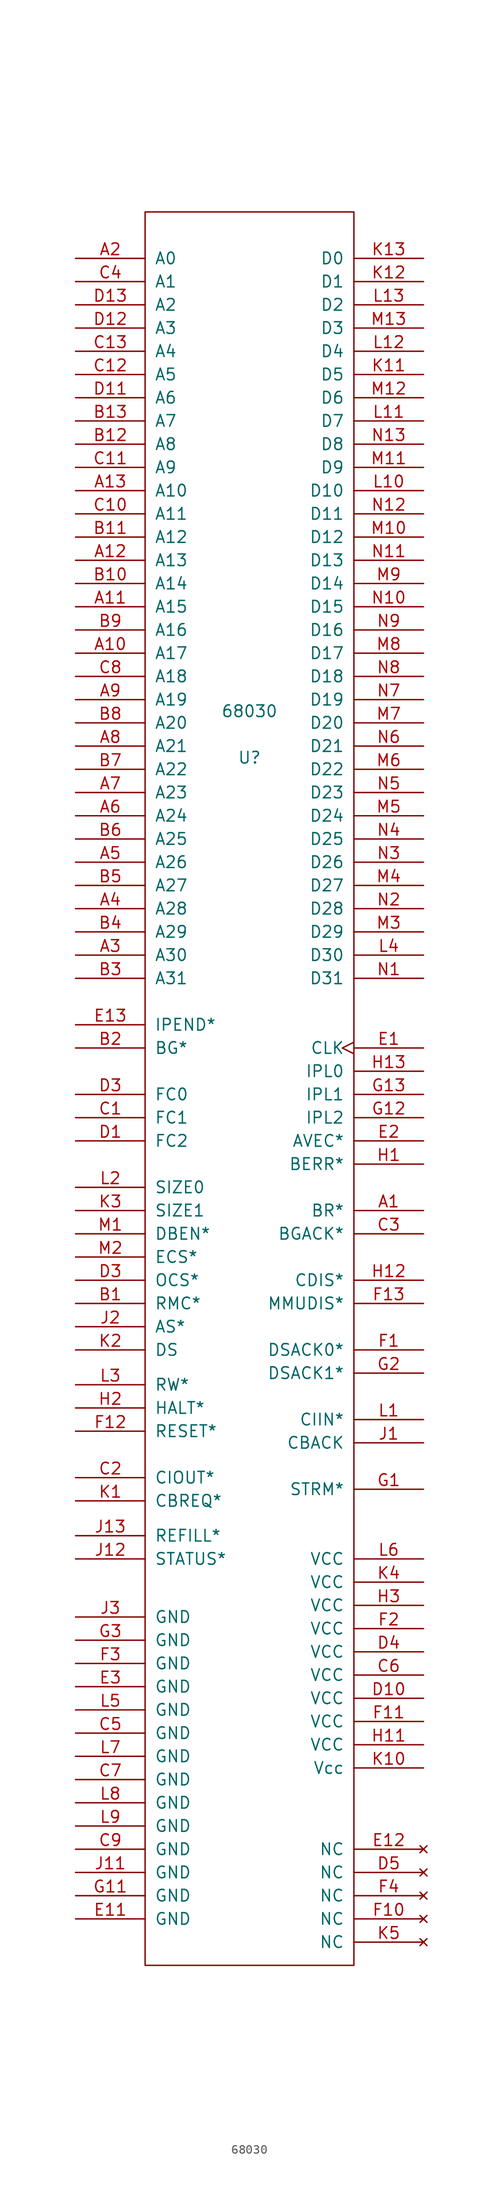
<source format=kicad_sym>
(kicad_symbol_lib
  (version 20211014)
  (generator kicad_symbol_editor)
  (symbol "68030"
    (pin_names
      (offset 1.016))
    (property "Reference" "U"
      (at 8.89 27.94 0)
      (effects (font (size 1.27 1.27))))
    (property "Value" "68030"
      (at 8.89 33.02 0)
      (effects (font (size 1.27 1.27))))
    (symbol "68030_1_0"
      (rectangle (start -2.54 -104.14) (end 20.32 87.63) (stroke (width 0) (type default) (color 0 0 0 0)) (fill (type none))))
    (symbol "68030_1_1"
      (pin input line (at 27.94 -21.59 180) (length 7.62) (name "BR*" (effects (font (size 1.27 1.27)))) (number "A1" (effects (font (size 1.27 1.27)))))
      (pin output line (at -10.16 39.37 0) (length 7.62) (name "A17" (effects (font (size 1.27 1.27)))) (number "A10" (effects (font (size 1.27 1.27)))))
      (pin output line (at -10.16 44.45 0) (length 7.62) (name "A15" (effects (font (size 1.27 1.27)))) (number "A11" (effects (font (size 1.27 1.27)))))
      (pin output line (at -10.16 49.53 0) (length 7.62) (name "A13" (effects (font (size 1.27 1.27)))) (number "A12" (effects (font (size 1.27 1.27)))))
      (pin output line (at -10.16 57.15 0) (length 7.62) (name "A10" (effects (font (size 1.27 1.27)))) (number "A13" (effects (font (size 1.27 1.27)))))
      (pin output line (at -10.16 82.55 0) (length 7.62) (name "A0" (effects (font (size 1.27 1.27)))) (number "A2" (effects (font (size 1.27 1.27)))))
      (pin output line (at -10.16 6.35 0) (length 7.62) (name "A30" (effects (font (size 1.27 1.27)))) (number "A3" (effects (font (size 1.27 1.27)))))
      (pin output line (at -10.16 11.43 0) (length 7.62) (name "A28" (effects (font (size 1.27 1.27)))) (number "A4" (effects (font (size 1.27 1.27)))))
      (pin output line (at -10.16 16.51 0) (length 7.62) (name "A26" (effects (font (size 1.27 1.27)))) (number "A5" (effects (font (size 1.27 1.27)))))
      (pin output line (at -10.16 21.59 0) (length 7.62) (name "A24" (effects (font (size 1.27 1.27)))) (number "A6" (effects (font (size 1.27 1.27)))))
      (pin output line (at -10.16 24.13 0) (length 7.62) (name "A23" (effects (font (size 1.27 1.27)))) (number "A7" (effects (font (size 1.27 1.27)))))
      (pin output line (at -10.16 29.21 0) (length 7.62) (name "A21" (effects (font (size 1.27 1.27)))) (number "A8" (effects (font (size 1.27 1.27)))))
      (pin output line (at -10.16 34.29 0) (length 7.62) (name "A19" (effects (font (size 1.27 1.27)))) (number "A9" (effects (font (size 1.27 1.27)))))
      (pin output line (at -10.16 -31.75 0) (length 7.62) (name "RMC*" (effects (font (size 1.27 1.27)))) (number "B1" (effects (font (size 1.27 1.27)))))
      (pin output line (at -10.16 46.99 0) (length 7.62) (name "A14" (effects (font (size 1.27 1.27)))) (number "B10" (effects (font (size 1.27 1.27)))))
      (pin output line (at -10.16 52.07 0) (length 7.62) (name "A12" (effects (font (size 1.27 1.27)))) (number "B11" (effects (font (size 1.27 1.27)))))
      (pin output line (at -10.16 62.23 0) (length 7.62) (name "A8" (effects (font (size 1.27 1.27)))) (number "B12" (effects (font (size 1.27 1.27)))))
      (pin output line (at -10.16 64.77 0) (length 7.62) (name "A7" (effects (font (size 1.27 1.27)))) (number "B13" (effects (font (size 1.27 1.27)))))
      (pin output line (at -10.16 -3.81 0) (length 7.62) (name "BG*" (effects (font (size 1.27 1.27)))) (number "B2" (effects (font (size 1.27 1.27)))))
      (pin output line (at -10.16 3.81 0) (length 7.62) (name "A31" (effects (font (size 1.27 1.27)))) (number "B3" (effects (font (size 1.27 1.27)))))
      (pin output line (at -10.16 8.89 0) (length 7.62) (name "A29" (effects (font (size 1.27 1.27)))) (number "B4" (effects (font (size 1.27 1.27)))))
      (pin output line (at -10.16 13.97 0) (length 7.62) (name "A27" (effects (font (size 1.27 1.27)))) (number "B5" (effects (font (size 1.27 1.27)))))
      (pin output line (at -10.16 19.05 0) (length 7.62) (name "A25" (effects (font (size 1.27 1.27)))) (number "B6" (effects (font (size 1.27 1.27)))))
      (pin output line (at -10.16 26.67 0) (length 7.62) (name "A22" (effects (font (size 1.27 1.27)))) (number "B7" (effects (font (size 1.27 1.27)))))
      (pin output line (at -10.16 31.75 0) (length 7.62) (name "A20" (effects (font (size 1.27 1.27)))) (number "B8" (effects (font (size 1.27 1.27)))))
      (pin output line (at -10.16 41.91 0) (length 7.62) (name "A16" (effects (font (size 1.27 1.27)))) (number "B9" (effects (font (size 1.27 1.27)))))
      (pin output line (at -10.16 -11.43 0) (length 7.62) (name "FC1" (effects (font (size 1.27 1.27)))) (number "C1" (effects (font (size 1.27 1.27)))))
      (pin output line (at -10.16 54.61 0) (length 7.62) (name "A11" (effects (font (size 1.27 1.27)))) (number "C10" (effects (font (size 1.27 1.27)))))
      (pin output line (at -10.16 59.69 0) (length 7.62) (name "A9" (effects (font (size 1.27 1.27)))) (number "C11" (effects (font (size 1.27 1.27)))))
      (pin output line (at -10.16 69.85 0) (length 7.62) (name "A5" (effects (font (size 1.27 1.27)))) (number "C12" (effects (font (size 1.27 1.27)))))
      (pin output line (at -10.16 72.39 0) (length 7.62) (name "A4" (effects (font (size 1.27 1.27)))) (number "C13" (effects (font (size 1.27 1.27)))))
      (pin input line (at -10.16 -50.8 0) (length 7.62) (name "CIOUT*" (effects (font (size 1.27 1.27)))) (number "C2" (effects (font (size 1.27 1.27)))))
      (pin input line (at 27.94 -24.13 180) (length 7.62) (name "BGACK*" (effects (font (size 1.27 1.27)))) (number "C3" (effects (font (size 1.27 1.27)))))
      (pin output line (at -10.16 80.01 0) (length 7.62) (name "A1" (effects (font (size 1.27 1.27)))) (number "C4" (effects (font (size 1.27 1.27)))))
      (pin power_in line (at -10.16 -78.74 0) (length 7.62) (name "GND" (effects (font (size 1.27 1.27)))) (number "C5" (effects (font (size 1.27 1.27)))))
      (pin power_in line (at 27.94 -72.39 180) (length 7.62) (name "VCC" (effects (font (size 1.27 1.27)))) (number "C6" (effects (font (size 1.27 1.27)))))
      (pin power_in line (at -10.16 -83.82 0) (length 7.62) (name "GND" (effects (font (size 1.27 1.27)))) (number "C7" (effects (font (size 1.27 1.27)))))
      (pin output line (at -10.16 36.83 0) (length 7.62) (name "A18" (effects (font (size 1.27 1.27)))) (number "C8" (effects (font (size 1.27 1.27)))))
      (pin power_in line (at -10.16 -91.44 0) (length 7.62) (name "GND" (effects (font (size 1.27 1.27)))) (number "C9" (effects (font (size 1.27 1.27)))))
      (pin output line (at -10.16 -13.97 0) (length 7.62) (name "FC2" (effects (font (size 1.27 1.27)))) (number "D1" (effects (font (size 1.27 1.27)))))
      (pin power_in line (at 27.94 -74.93 180) (length 7.62) (name "VCC" (effects (font (size 1.27 1.27)))) (number "D10" (effects (font (size 1.27 1.27)))))
      (pin output line (at -10.16 67.31 0) (length 7.62) (name "A6" (effects (font (size 1.27 1.27)))) (number "D11" (effects (font (size 1.27 1.27)))))
      (pin output line (at -10.16 74.93 0) (length 7.62) (name "A3" (effects (font (size 1.27 1.27)))) (number "D12" (effects (font (size 1.27 1.27)))))
      (pin output line (at -10.16 77.47 0) (length 7.62) (name "A2" (effects (font (size 1.27 1.27)))) (number "D13" (effects (font (size 1.27 1.27)))))
      (pin output line (at -10.16 -8.89 0) (length 7.62) (name "FC0" (effects (font (size 1.27 1.27)))) (number "D3" (effects (font (size 1.27 1.27)))))
      (pin output line (at -10.16 -29.21 0) (length 7.62) (name "OCS*" (effects (font (size 1.27 1.27)))) (number "D3" (effects (font (size 1.27 1.27)))))
      (pin power_in line (at 27.94 -69.85 180) (length 7.62) (name "VCC" (effects (font (size 1.27 1.27)))) (number "D4" (effects (font (size 1.27 1.27)))))
      (pin no_connect line (at 27.94 -93.98 180) (length 7.62) (name "NC" (effects (font (size 1.27 1.27)))) (number "D5" (effects (font (size 1.27 1.27)))))
      (pin input clock (at 27.94 -3.81 180) (length 7.62) (name "CLK" (effects (font (size 1.27 1.27)))) (number "E1" (effects (font (size 1.27 1.27)))))
      (pin power_in line (at -10.16 -99.06 0) (length 7.62) (name "GND" (effects (font (size 1.27 1.27)))) (number "E11" (effects (font (size 1.27 1.27)))))
      (pin no_connect line (at 27.94 -91.44 180) (length 7.62) (name "NC" (effects (font (size 1.27 1.27)))) (number "E12" (effects (font (size 1.27 1.27)))))
      (pin output line (at -10.16 -1.27 0) (length 7.62) (name "IPEND*" (effects (font (size 1.27 1.27)))) (number "E13" (effects (font (size 1.27 1.27)))))
      (pin input line (at 27.94 -13.97 180) (length 7.62) (name "AVEC*" (effects (font (size 1.27 1.27)))) (number "E2" (effects (font (size 1.27 1.27)))))
      (pin power_in line (at -10.16 -73.66 0) (length 7.62) (name "GND" (effects (font (size 1.27 1.27)))) (number "E3" (effects (font (size 1.27 1.27)))))
      (pin bidirectional line (at 27.94 -36.83 180) (length 7.62) (name "DSACK0*" (effects (font (size 1.27 1.27)))) (number "F1" (effects (font (size 1.27 1.27)))))
      (pin no_connect line (at 27.94 -99.06 180) (length 7.62) (name "NC" (effects (font (size 1.27 1.27)))) (number "F10" (effects (font (size 1.27 1.27)))))
      (pin power_in line (at 27.94 -77.47 180) (length 7.62) (name "VCC" (effects (font (size 1.27 1.27)))) (number "F11" (effects (font (size 1.27 1.27)))))
      (pin input line (at -10.16 -45.72 0) (length 7.62) (name "RESET*" (effects (font (size 1.27 1.27)))) (number "F12" (effects (font (size 1.27 1.27)))))
      (pin input line (at 27.94 -31.75 180) (length 7.62) (name "MMUDIS*" (effects (font (size 1.27 1.27)))) (number "F13" (effects (font (size 1.27 1.27)))))
      (pin power_in line (at 27.94 -67.31 180) (length 7.62) (name "VCC" (effects (font (size 1.27 1.27)))) (number "F2" (effects (font (size 1.27 1.27)))))
      (pin power_in line (at -10.16 -71.12 0) (length 7.62) (name "GND" (effects (font (size 1.27 1.27)))) (number "F3" (effects (font (size 1.27 1.27)))))
      (pin no_connect line (at 27.94 -96.52 180) (length 7.62) (name "NC" (effects (font (size 1.27 1.27)))) (number "F4" (effects (font (size 1.27 1.27)))))
      (pin input line (at 27.94 -52.07 180) (length 7.62) (name "STRM*" (effects (font (size 1.27 1.27)))) (number "G1" (effects (font (size 1.27 1.27)))))
      (pin power_in line (at -10.16 -96.52 0) (length 7.62) (name "GND" (effects (font (size 1.27 1.27)))) (number "G11" (effects (font (size 1.27 1.27)))))
      (pin bidirectional line (at 27.94 -11.43 180) (length 7.62) (name "IPL2" (effects (font (size 1.27 1.27)))) (number "G12" (effects (font (size 1.27 1.27)))))
      (pin bidirectional line (at 27.94 -8.89 180) (length 7.62) (name "IPL1" (effects (font (size 1.27 1.27)))) (number "G13" (effects (font (size 1.27 1.27)))))
      (pin bidirectional line (at 27.94 -39.37 180) (length 7.62) (name "DSACK1*" (effects (font (size 1.27 1.27)))) (number "G2" (effects (font (size 1.27 1.27)))))
      (pin power_in line (at -10.16 -68.58 0) (length 7.62) (name "GND" (effects (font (size 1.27 1.27)))) (number "G3" (effects (font (size 1.27 1.27)))))
      (pin input line (at 27.94 -16.51 180) (length 7.62) (name "BERR*" (effects (font (size 1.27 1.27)))) (number "H1" (effects (font (size 1.27 1.27)))))
      (pin power_in line (at 27.94 -80.01 180) (length 7.62) (name "VCC" (effects (font (size 1.27 1.27)))) (number "H11" (effects (font (size 1.27 1.27)))))
      (pin input line (at 27.94 -29.21 180) (length 7.62) (name "CDIS*" (effects (font (size 1.27 1.27)))) (number "H12" (effects (font (size 1.27 1.27)))))
      (pin input line (at 27.94 -6.35 180) (length 7.62) (name "IPL0" (effects (font (size 1.27 1.27)))) (number "H13" (effects (font (size 1.27 1.27)))))
      (pin bidirectional line (at -10.16 -43.18 0) (length 7.62) (name "HALT*" (effects (font (size 1.27 1.27)))) (number "H2" (effects (font (size 1.27 1.27)))))
      (pin power_in line (at 27.94 -64.77 180) (length 7.62) (name "VCC" (effects (font (size 1.27 1.27)))) (number "H3" (effects (font (size 1.27 1.27)))))
      (pin input line (at 27.94 -46.99 180) (length 7.62) (name "CBACK" (effects (font (size 1.27 1.27)))) (number "J1" (effects (font (size 1.27 1.27)))))
      (pin power_in line (at -10.16 -93.98 0) (length 7.62) (name "GND" (effects (font (size 1.27 1.27)))) (number "J11" (effects (font (size 1.27 1.27)))))
      (pin output line (at -10.16 -59.69 0) (length 7.62) (name "STATUS*" (effects (font (size 1.27 1.27)))) (number "J12" (effects (font (size 1.27 1.27)))))
      (pin output line (at -10.16 -57.15 0) (length 7.62) (name "REFILL*" (effects (font (size 1.27 1.27)))) (number "J13" (effects (font (size 1.27 1.27)))))
      (pin output line (at -10.16 -34.29 0) (length 7.62) (name "AS*" (effects (font (size 1.27 1.27)))) (number "J2" (effects (font (size 1.27 1.27)))))
      (pin power_in line (at -10.16 -66.04 0) (length 7.62) (name "GND" (effects (font (size 1.27 1.27)))) (number "J3" (effects (font (size 1.27 1.27)))))
      (pin output line (at -10.16 -53.34 0) (length 7.62) (name "CBREQ*" (effects (font (size 1.27 1.27)))) (number "K1" (effects (font (size 1.27 1.27)))))
      (pin power_in line (at 27.94 -82.55 180) (length 7.62) (name "Vcc" (effects (font (size 1.27 1.27)))) (number "K10" (effects (font (size 1.27 1.27)))))
      (pin bidirectional line (at 27.94 69.85 180) (length 7.62) (name "D5" (effects (font (size 1.27 1.27)))) (number "K11" (effects (font (size 1.27 1.27)))))
      (pin bidirectional line (at 27.94 80.01 180) (length 7.62) (name "D1" (effects (font (size 1.27 1.27)))) (number "K12" (effects (font (size 1.27 1.27)))))
      (pin bidirectional line (at 27.94 82.55 180) (length 7.62) (name "D0" (effects (font (size 1.27 1.27)))) (number "K13" (effects (font (size 1.27 1.27)))))
      (pin output line (at -10.16 -36.83 0) (length 7.62) (name "DS" (effects (font (size 1.27 1.27)))) (number "K2" (effects (font (size 1.27 1.27)))))
      (pin output line (at -10.16 -21.59 0) (length 7.62) (name "SIZE1" (effects (font (size 1.27 1.27)))) (number "K3" (effects (font (size 1.27 1.27)))))
      (pin power_in line (at 27.94 -62.23 180) (length 7.62) (name "VCC" (effects (font (size 1.27 1.27)))) (number "K4" (effects (font (size 1.27 1.27)))))
      (pin no_connect line (at 27.94 -101.6 180) (length 7.62) (name "NC" (effects (font (size 1.27 1.27)))) (number "K5" (effects (font (size 1.27 1.27)))))
      (pin input line (at 27.94 -44.45 180) (length 7.62) (name "CIIN*" (effects (font (size 1.27 1.27)))) (number "L1" (effects (font (size 1.27 1.27)))))
      (pin bidirectional line (at 27.94 57.15 180) (length 7.62) (name "D10" (effects (font (size 1.27 1.27)))) (number "L10" (effects (font (size 1.27 1.27)))))
      (pin bidirectional line (at 27.94 64.77 180) (length 7.62) (name "D7" (effects (font (size 1.27 1.27)))) (number "L11" (effects (font (size 1.27 1.27)))))
      (pin bidirectional line (at 27.94 72.39 180) (length 7.62) (name "D4" (effects (font (size 1.27 1.27)))) (number "L12" (effects (font (size 1.27 1.27)))))
      (pin bidirectional line (at 27.94 77.47 180) (length 7.62) (name "D2" (effects (font (size 1.27 1.27)))) (number "L13" (effects (font (size 1.27 1.27)))))
      (pin output line (at -10.16 -19.05 0) (length 7.62) (name "SIZE0" (effects (font (size 1.27 1.27)))) (number "L2" (effects (font (size 1.27 1.27)))))
      (pin output line (at -10.16 -40.64 0) (length 7.62) (name "RW*" (effects (font (size 1.27 1.27)))) (number "L3" (effects (font (size 1.27 1.27)))))
      (pin bidirectional line (at 27.94 6.35 180) (length 7.62) (name "D30" (effects (font (size 1.27 1.27)))) (number "L4" (effects (font (size 1.27 1.27)))))
      (pin power_in line (at -10.16 -76.2 0) (length 7.62) (name "GND" (effects (font (size 1.27 1.27)))) (number "L5" (effects (font (size 1.27 1.27)))))
      (pin power_in line (at 27.94 -59.69 180) (length 7.62) (name "VCC" (effects (font (size 1.27 1.27)))) (number "L6" (effects (font (size 1.27 1.27)))))
      (pin power_in line (at -10.16 -81.28 0) (length 7.62) (name "GND" (effects (font (size 1.27 1.27)))) (number "L7" (effects (font (size 1.27 1.27)))))
      (pin power_in line (at -10.16 -86.36 0) (length 7.62) (name "GND" (effects (font (size 1.27 1.27)))) (number "L8" (effects (font (size 1.27 1.27)))))
      (pin power_in line (at -10.16 -88.9 0) (length 7.62) (name "GND" (effects (font (size 1.27 1.27)))) (number "L9" (effects (font (size 1.27 1.27)))))
      (pin output line (at -10.16 -24.13 0) (length 7.62) (name "DBEN*" (effects (font (size 1.27 1.27)))) (number "M1" (effects (font (size 1.27 1.27)))))
      (pin bidirectional line (at 27.94 52.07 180) (length 7.62) (name "D12" (effects (font (size 1.27 1.27)))) (number "M10" (effects (font (size 1.27 1.27)))))
      (pin bidirectional line (at 27.94 59.69 180) (length 7.62) (name "D9" (effects (font (size 1.27 1.27)))) (number "M11" (effects (font (size 1.27 1.27)))))
      (pin bidirectional line (at 27.94 67.31 180) (length 7.62) (name "D6" (effects (font (size 1.27 1.27)))) (number "M12" (effects (font (size 1.27 1.27)))))
      (pin bidirectional line (at 27.94 74.93 180) (length 7.62) (name "D3" (effects (font (size 1.27 1.27)))) (number "M13" (effects (font (size 1.27 1.27)))))
      (pin output line (at -10.16 -26.67 0) (length 7.62) (name "ECS*" (effects (font (size 1.27 1.27)))) (number "M2" (effects (font (size 1.27 1.27)))))
      (pin bidirectional line (at 27.94 8.89 180) (length 7.62) (name "D29" (effects (font (size 1.27 1.27)))) (number "M3" (effects (font (size 1.27 1.27)))))
      (pin bidirectional line (at 27.94 13.97 180) (length 7.62) (name "D27" (effects (font (size 1.27 1.27)))) (number "M4" (effects (font (size 1.27 1.27)))))
      (pin bidirectional line (at 27.94 21.59 180) (length 7.62) (name "D24" (effects (font (size 1.27 1.27)))) (number "M5" (effects (font (size 1.27 1.27)))))
      (pin bidirectional line (at 27.94 26.67 180) (length 7.62) (name "D22" (effects (font (size 1.27 1.27)))) (number "M6" (effects (font (size 1.27 1.27)))))
      (pin bidirectional line (at 27.94 31.75 180) (length 7.62) (name "D20" (effects (font (size 1.27 1.27)))) (number "M7" (effects (font (size 1.27 1.27)))))
      (pin bidirectional line (at 27.94 39.37 180) (length 7.62) (name "D17" (effects (font (size 1.27 1.27)))) (number "M8" (effects (font (size 1.27 1.27)))))
      (pin bidirectional line (at 27.94 46.99 180) (length 7.62) (name "D14" (effects (font (size 1.27 1.27)))) (number "M9" (effects (font (size 1.27 1.27)))))
      (pin bidirectional line (at 27.94 3.81 180) (length 7.62) (name "D31" (effects (font (size 1.27 1.27)))) (number "N1" (effects (font (size 1.27 1.27)))))
      (pin bidirectional line (at 27.94 44.45 180) (length 7.62) (name "D15" (effects (font (size 1.27 1.27)))) (number "N10" (effects (font (size 1.27 1.27)))))
      (pin bidirectional line (at 27.94 49.53 180) (length 7.62) (name "D13" (effects (font (size 1.27 1.27)))) (number "N11" (effects (font (size 1.27 1.27)))))
      (pin bidirectional line (at 27.94 54.61 180) (length 7.62) (name "D11" (effects (font (size 1.27 1.27)))) (number "N12" (effects (font (size 1.27 1.27)))))
      (pin bidirectional line (at 27.94 62.23 180) (length 7.62) (name "D8" (effects (font (size 1.27 1.27)))) (number "N13" (effects (font (size 1.27 1.27)))))
      (pin bidirectional line (at 27.94 11.43 180) (length 7.62) (name "D28" (effects (font (size 1.27 1.27)))) (number "N2" (effects (font (size 1.27 1.27)))))
      (pin bidirectional line (at 27.94 16.51 180) (length 7.62) (name "D26" (effects (font (size 1.27 1.27)))) (number "N3" (effects (font (size 1.27 1.27)))))
      (pin bidirectional line (at 27.94 19.05 180) (length 7.62) (name "D25" (effects (font (size 1.27 1.27)))) (number "N4" (effects (font (size 1.27 1.27)))))
      (pin bidirectional line (at 27.94 24.13 180) (length 7.62) (name "D23" (effects (font (size 1.27 1.27)))) (number "N5" (effects (font (size 1.27 1.27)))))
      (pin bidirectional line (at 27.94 29.21 180) (length 7.62) (name "D21" (effects (font (size 1.27 1.27)))) (number "N6" (effects (font (size 1.27 1.27)))))
      (pin bidirectional line (at 27.94 34.29 180) (length 7.62) (name "D19" (effects (font (size 1.27 1.27)))) (number "N7" (effects (font (size 1.27 1.27)))))
      (pin bidirectional line (at 27.94 36.83 180) (length 7.62) (name "D18" (effects (font (size 1.27 1.27)))) (number "N8" (effects (font (size 1.27 1.27)))))
      (pin bidirectional line (at 27.94 41.91 180) (length 7.62) (name "D16" (effects (font (size 1.27 1.27)))) (number "N9" (effects (font (size 1.27 1.27))))))))
</source>
